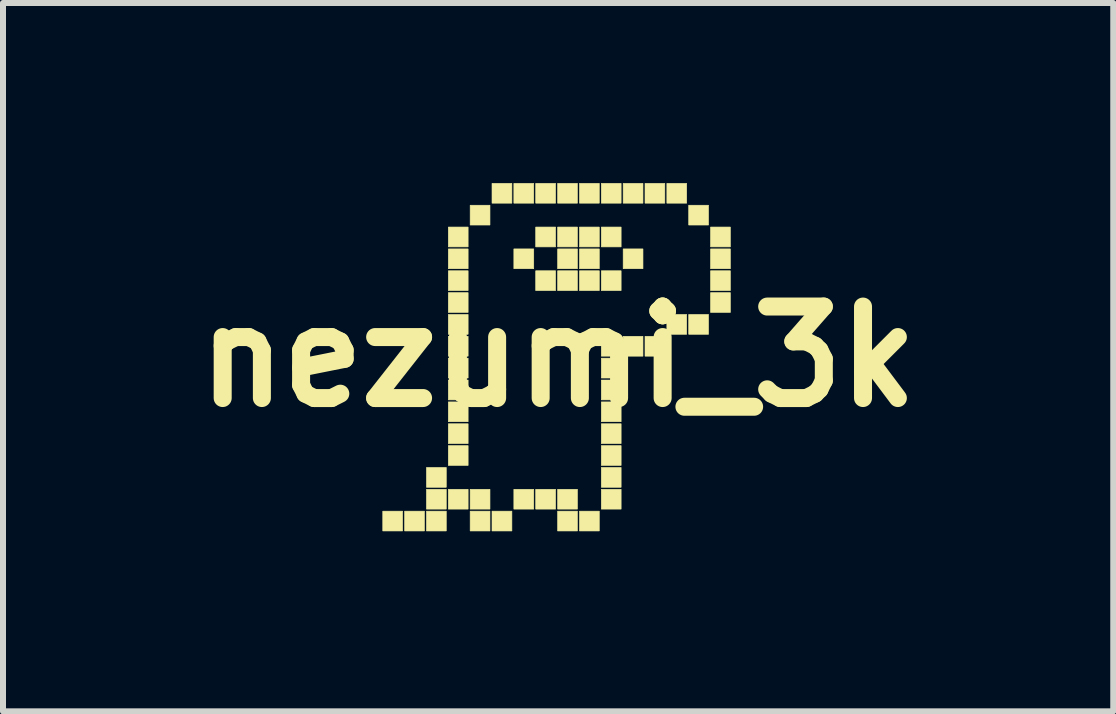
<source format=kicad_pcb>
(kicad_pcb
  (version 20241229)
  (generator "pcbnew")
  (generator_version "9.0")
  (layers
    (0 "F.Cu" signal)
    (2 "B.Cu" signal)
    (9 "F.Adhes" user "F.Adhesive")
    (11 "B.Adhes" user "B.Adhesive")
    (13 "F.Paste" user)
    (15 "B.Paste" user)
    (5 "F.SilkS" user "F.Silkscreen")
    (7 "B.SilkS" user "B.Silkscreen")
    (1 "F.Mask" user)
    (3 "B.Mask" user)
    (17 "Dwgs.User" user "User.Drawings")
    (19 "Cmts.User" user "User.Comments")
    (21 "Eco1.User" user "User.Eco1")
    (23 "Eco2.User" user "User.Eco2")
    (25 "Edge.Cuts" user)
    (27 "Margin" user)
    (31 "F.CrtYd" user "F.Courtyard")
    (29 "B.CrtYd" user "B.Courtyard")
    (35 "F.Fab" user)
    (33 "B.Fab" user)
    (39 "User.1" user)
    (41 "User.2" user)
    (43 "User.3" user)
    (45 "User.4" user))
  (footprint "nezumi_3k"
    (layer "F.Cu")
    (at 6.248 2.892)
    (property "Reference" "nezumi_3k" (at 0 0 0) (layer "F.SilkS") (effects (font (size 1.524 1.524) (thickness 0.3))))
    (attr through_hole)
    (fp_poly (pts (xy -2.591 2.904) (xy -2.921 2.904) (xy -2.921 2.574) (xy -2.591 2.574) (xy -2.591 2.904)) (stroke (width 0.01) (type solid)) (fill yes) (layer "F.SilkS"))
    (fp_poly (pts (xy -2.227 2.904) (xy -2.557 2.904) (xy -2.557 2.574) (xy -2.227 2.574) (xy -2.227 2.904)) (stroke (width 0.01) (type solid)) (fill yes) (layer "F.SilkS"))
    (fp_poly (pts (xy -1.863 2.176) (xy -2.193 2.176) (xy -2.193 1.846) (xy -1.863 1.846) (xy -1.863 2.176)) (stroke (width 0.01) (type solid)) (fill yes) (layer "F.SilkS"))
    (fp_poly (pts (xy -1.863 2.54) (xy -2.193 2.54) (xy -2.193 2.21) (xy -1.863 2.21) (xy -1.863 2.54)) (stroke (width 0.01) (type solid)) (fill yes) (layer "F.SilkS"))
    (fp_poly (pts (xy -1.863 2.904) (xy -2.193 2.904) (xy -2.193 2.574) (xy -1.863 2.574) (xy -1.863 2.904)) (stroke (width 0.01) (type solid)) (fill yes) (layer "F.SilkS"))
    (fp_poly (pts (xy -1.499 -1.829) (xy -1.829 -1.829) (xy -1.829 -2.159) (xy -1.499 -2.159) (xy -1.499 -1.829)) (stroke (width 0.01) (type solid)) (fill yes) (layer "F.SilkS"))
    (fp_poly (pts (xy -1.499 -1.465) (xy -1.829 -1.465) (xy -1.829 -1.795) (xy -1.499 -1.795) (xy -1.499 -1.465)) (stroke (width 0.01) (type solid)) (fill yes) (layer "F.SilkS"))
    (fp_poly (pts (xy -1.499 -1.101) (xy -1.829 -1.101) (xy -1.829 -1.431) (xy -1.499 -1.431) (xy -1.499 -1.101)) (stroke (width 0.01) (type solid)) (fill yes) (layer "F.SilkS"))
    (fp_poly (pts (xy -1.499 -0.737) (xy -1.829 -0.737) (xy -1.829 -1.067) (xy -1.499 -1.067) (xy -1.499 -0.737)) (stroke (width 0.01) (type solid)) (fill yes) (layer "F.SilkS"))
    (fp_poly (pts (xy -1.499 -0.373) (xy -1.829 -0.373) (xy -1.829 -0.703) (xy -1.499 -0.703) (xy -1.499 -0.373)) (stroke (width 0.01) (type solid)) (fill yes) (layer "F.SilkS"))
    (fp_poly (pts (xy -1.499 -0.008) (xy -1.829 -0.008) (xy -1.829 -0.339) (xy -1.499 -0.339) (xy -1.499 -0.008)) (stroke (width 0.01) (type solid)) (fill yes) (layer "F.SilkS"))
    (fp_poly (pts (xy -1.499 0.356) (xy -1.829 0.356) (xy -1.829 0.025) (xy -1.499 0.025) (xy -1.499 0.356)) (stroke (width 0.01) (type solid)) (fill yes) (layer "F.SilkS"))
    (fp_poly (pts (xy -1.499 0.72) (xy -1.829 0.72) (xy -1.829 0.389) (xy -1.499 0.389) (xy -1.499 0.72)) (stroke (width 0.01) (type solid)) (fill yes) (layer "F.SilkS"))
    (fp_poly (pts (xy -1.499 1.084) (xy -1.829 1.084) (xy -1.829 0.754) (xy -1.499 0.754) (xy -1.499 1.084)) (stroke (width 0.01) (type solid)) (fill yes) (layer "F.SilkS"))
    (fp_poly (pts (xy -1.499 1.448) (xy -1.829 1.448) (xy -1.829 1.118) (xy -1.499 1.118) (xy -1.499 1.448)) (stroke (width 0.01) (type solid)) (fill yes) (layer "F.SilkS"))
    (fp_poly (pts (xy -1.499 1.812) (xy -1.829 1.812) (xy -1.829 1.482) (xy -1.499 1.482) (xy -1.499 1.812)) (stroke (width 0.01) (type solid)) (fill yes) (layer "F.SilkS"))
    (fp_poly (pts (xy -1.499 2.54) (xy -1.829 2.54) (xy -1.829 2.21) (xy -1.499 2.21) (xy -1.499 2.54)) (stroke (width 0.01) (type solid)) (fill yes) (layer "F.SilkS"))
    (fp_poly (pts (xy -1.135 -2.193) (xy -1.465 -2.193) (xy -1.465 -2.523) (xy -1.135 -2.523) (xy -1.135 -2.193)) (stroke (width 0.01) (type solid)) (fill yes) (layer "F.SilkS"))
    (fp_poly (pts (xy -1.135 2.54) (xy -1.465 2.54) (xy -1.465 2.21) (xy -1.135 2.21) (xy -1.135 2.54)) (stroke (width 0.01) (type solid)) (fill yes) (layer "F.SilkS"))
    (fp_poly (pts (xy -1.135 2.904) (xy -1.465 2.904) (xy -1.465 2.574) (xy -1.135 2.574) (xy -1.135 2.904)) (stroke (width 0.01) (type solid)) (fill yes) (layer "F.SilkS"))
    (fp_poly (pts (xy -0.77 -2.557) (xy -1.101 -2.557) (xy -1.101 -2.887) (xy -0.77 -2.887) (xy -0.77 -2.557)) (stroke (width 0.01) (type solid)) (fill yes) (layer "F.SilkS"))
    (fp_poly (pts (xy -0.77 2.904) (xy -1.101 2.904) (xy -1.101 2.574) (xy -0.77 2.574) (xy -0.77 2.904)) (stroke (width 0.01) (type solid)) (fill yes) (layer "F.SilkS"))
    (fp_poly (pts (xy -0.406 -2.557) (xy -0.737 -2.557) (xy -0.737 -2.887) (xy -0.406 -2.887) (xy -0.406 -2.557)) (stroke (width 0.01) (type solid)) (fill yes) (layer "F.SilkS"))
    (fp_poly (pts (xy -0.406 -1.465) (xy -0.737 -1.465) (xy -0.737 -1.795) (xy -0.406 -1.795) (xy -0.406 -1.465)) (stroke (width 0.01) (type solid)) (fill yes) (layer "F.SilkS"))
    (fp_poly (pts (xy -0.406 2.54) (xy -0.737 2.54) (xy -0.737 2.21) (xy -0.406 2.21) (xy -0.406 2.54)) (stroke (width 0.01) (type solid)) (fill yes) (layer "F.SilkS"))
    (fp_poly (pts (xy -0.042 -2.557) (xy -0.373 -2.557) (xy -0.373 -2.887) (xy -0.042 -2.887) (xy -0.042 -2.557)) (stroke (width 0.01) (type solid)) (fill yes) (layer "F.SilkS"))
    (fp_poly (pts (xy -0.042 -1.829) (xy -0.373 -1.829) (xy -0.373 -2.159) (xy -0.042 -2.159) (xy -0.042 -1.829)) (stroke (width 0.01) (type solid)) (fill yes) (layer "F.SilkS"))
    (fp_poly (pts (xy -0.042 -1.101) (xy -0.373 -1.101) (xy -0.373 -1.431) (xy -0.042 -1.431) (xy -0.042 -1.101)) (stroke (width 0.01) (type solid)) (fill yes) (layer "F.SilkS"))
    (fp_poly (pts (xy -0.042 2.54) (xy -0.373 2.54) (xy -0.373 2.21) (xy -0.042 2.21) (xy -0.042 2.54)) (stroke (width 0.01) (type solid)) (fill yes) (layer "F.SilkS"))
    (fp_poly (pts (xy 0.322 -2.557) (xy -0.008 -2.557) (xy -0.008 -2.887) (xy 0.322 -2.887) (xy 0.322 -2.557)) (stroke (width 0.01) (type solid)) (fill yes) (layer "F.SilkS"))
    (fp_poly (pts (xy 0.322 -1.829) (xy -0.008 -1.829) (xy -0.008 -2.159) (xy 0.322 -2.159) (xy 0.322 -1.829)) (stroke (width 0.01) (type solid)) (fill yes) (layer "F.SilkS"))
    (fp_poly (pts (xy 0.322 -1.465) (xy -0.008 -1.465) (xy -0.008 -1.795) (xy 0.322 -1.795) (xy 0.322 -1.465)) (stroke (width 0.01) (type solid)) (fill yes) (layer "F.SilkS"))
    (fp_poly (pts (xy 0.322 -1.101) (xy -0.008 -1.101) (xy -0.008 -1.431) (xy 0.322 -1.431) (xy 0.322 -1.101)) (stroke (width 0.01) (type solid)) (fill yes) (layer "F.SilkS"))
    (fp_poly (pts (xy 0.322 2.54) (xy -0.008 2.54) (xy -0.008 2.21) (xy 0.322 2.21) (xy 0.322 2.54)) (stroke (width 0.01) (type solid)) (fill yes) (layer "F.SilkS"))
    (fp_poly (pts (xy 0.322 2.904) (xy -0.008 2.904) (xy -0.008 2.574) (xy 0.322 2.574) (xy 0.322 2.904)) (stroke (width 0.01) (type solid)) (fill yes) (layer "F.SilkS"))
    (fp_poly (pts (xy 0.686 -2.557) (xy 0.356 -2.557) (xy 0.356 -2.887) (xy 0.686 -2.887) (xy 0.686 -2.557)) (stroke (width 0.01) (type solid)) (fill yes) (layer "F.SilkS"))
    (fp_poly (pts (xy 0.686 -1.829) (xy 0.356 -1.829) (xy 0.356 -2.159) (xy 0.686 -2.159) (xy 0.686 -1.829)) (stroke (width 0.01) (type solid)) (fill yes) (layer "F.SilkS"))
    (fp_poly (pts (xy 0.686 -1.465) (xy 0.356 -1.465) (xy 0.356 -1.795) (xy 0.686 -1.795) (xy 0.686 -1.465)) (stroke (width 0.01) (type solid)) (fill yes) (layer "F.SilkS"))
    (fp_poly (pts (xy 0.686 -1.101) (xy 0.356 -1.101) (xy 0.356 -1.431) (xy 0.686 -1.431) (xy 0.686 -1.101)) (stroke (width 0.01) (type solid)) (fill yes) (layer "F.SilkS"))
    (fp_poly (pts (xy 0.686 2.904) (xy 0.356 2.904) (xy 0.356 2.574) (xy 0.686 2.574) (xy 0.686 2.904)) (stroke (width 0.01) (type solid)) (fill yes) (layer "F.SilkS"))
    (fp_poly (pts (xy 1.05 -2.557) (xy 0.72 -2.557) (xy 0.72 -2.887) (xy 1.05 -2.887) (xy 1.05 -2.557)) (stroke (width 0.01) (type solid)) (fill yes) (layer "F.SilkS"))
    (fp_poly (pts (xy 1.05 -1.829) (xy 0.72 -1.829) (xy 0.72 -2.159) (xy 1.05 -2.159) (xy 1.05 -1.829)) (stroke (width 0.01) (type solid)) (fill yes) (layer "F.SilkS"))
    (fp_poly (pts (xy 1.05 -1.101) (xy 0.72 -1.101) (xy 0.72 -1.431) (xy 1.05 -1.431) (xy 1.05 -1.101)) (stroke (width 0.01) (type solid)) (fill yes) (layer "F.SilkS"))
    (fp_poly (pts (xy 1.05 -0.008) (xy 0.72 -0.008) (xy 0.72 -0.339) (xy 1.05 -0.339) (xy 1.05 -0.008)) (stroke (width 0.01) (type solid)) (fill yes) (layer "F.SilkS"))
    (fp_poly (pts (xy 1.05 0.356) (xy 0.72 0.356) (xy 0.72 0.025) (xy 1.05 0.025) (xy 1.05 0.356)) (stroke (width 0.01) (type solid)) (fill yes) (layer "F.SilkS"))
    (fp_poly (pts (xy 1.05 0.72) (xy 0.72 0.72) (xy 0.72 0.389) (xy 1.05 0.389) (xy 1.05 0.72)) (stroke (width 0.01) (type solid)) (fill yes) (layer "F.SilkS"))
    (fp_poly (pts (xy 1.05 1.084) (xy 0.72 1.084) (xy 0.72 0.754) (xy 1.05 0.754) (xy 1.05 1.084)) (stroke (width 0.01) (type solid)) (fill yes) (layer "F.SilkS"))
    (fp_poly (pts (xy 1.05 1.448) (xy 0.72 1.448) (xy 0.72 1.118) (xy 1.05 1.118) (xy 1.05 1.448)) (stroke (width 0.01) (type solid)) (fill yes) (layer "F.SilkS"))
    (fp_poly (pts (xy 1.05 1.812) (xy 0.72 1.812) (xy 0.72 1.482) (xy 1.05 1.482) (xy 1.05 1.812)) (stroke (width 0.01) (type solid)) (fill yes) (layer "F.SilkS"))
    (fp_poly (pts (xy 1.05 2.176) (xy 0.72 2.176) (xy 0.72 1.846) (xy 1.05 1.846) (xy 1.05 2.176)) (stroke (width 0.01) (type solid)) (fill yes) (layer "F.SilkS"))
    (fp_poly (pts (xy 1.05 2.54) (xy 0.72 2.54) (xy 0.72 2.21) (xy 1.05 2.21) (xy 1.05 2.54)) (stroke (width 0.01) (type solid)) (fill yes) (layer "F.SilkS"))
    (fp_poly (pts (xy 1.414 -2.557) (xy 1.084 -2.557) (xy 1.084 -2.887) (xy 1.414 -2.887) (xy 1.414 -2.557)) (stroke (width 0.01) (type solid)) (fill yes) (layer "F.SilkS"))
    (fp_poly (pts (xy 1.414 -1.465) (xy 1.084 -1.465) (xy 1.084 -1.795) (xy 1.414 -1.795) (xy 1.414 -1.465)) (stroke (width 0.01) (type solid)) (fill yes) (layer "F.SilkS"))
    (fp_poly (pts (xy 1.414 -0.008) (xy 1.084 -0.008) (xy 1.084 -0.339) (xy 1.414 -0.339) (xy 1.414 -0.008)) (stroke (width 0.01) (type solid)) (fill yes) (layer "F.SilkS"))
    (fp_poly (pts (xy 1.778 -2.557) (xy 1.448 -2.557) (xy 1.448 -2.887) (xy 1.778 -2.887) (xy 1.778 -2.557)) (stroke (width 0.01) (type solid)) (fill yes) (layer "F.SilkS"))
    (fp_poly (pts (xy 1.778 -0.008) (xy 1.448 -0.008) (xy 1.448 -0.339) (xy 1.778 -0.339) (xy 1.778 -0.008)) (stroke (width 0.01) (type solid)) (fill yes) (layer "F.SilkS"))
    (fp_poly (pts (xy 2.142 -2.557) (xy 1.812 -2.557) (xy 1.812 -2.887) (xy 2.142 -2.887) (xy 2.142 -2.557)) (stroke (width 0.01) (type solid)) (fill yes) (layer "F.SilkS"))
    (fp_poly (pts (xy 2.142 -0.373) (xy 1.812 -0.373) (xy 1.812 -0.703) (xy 2.142 -0.703) (xy 2.142 -0.373)) (stroke (width 0.01) (type solid)) (fill yes) (layer "F.SilkS"))
    (fp_poly (pts (xy 2.506 -2.193) (xy 2.176 -2.193) (xy 2.176 -2.523) (xy 2.506 -2.523) (xy 2.506 -2.193)) (stroke (width 0.01) (type solid)) (fill yes) (layer "F.SilkS"))
    (fp_poly (pts (xy 2.506 -0.373) (xy 2.176 -0.373) (xy 2.176 -0.703) (xy 2.506 -0.703) (xy 2.506 -0.373)) (stroke (width 0.01) (type solid)) (fill yes) (layer "F.SilkS"))
    (fp_poly (pts (xy 2.87 -1.829) (xy 2.54 -1.829) (xy 2.54 -2.159) (xy 2.87 -2.159) (xy 2.87 -1.829)) (stroke (width 0.01) (type solid)) (fill yes) (layer "F.SilkS"))
    (fp_poly (pts (xy 2.87 -1.465) (xy 2.54 -1.465) (xy 2.54 -1.795) (xy 2.87 -1.795) (xy 2.87 -1.465)) (stroke (width 0.01) (type solid)) (fill yes) (layer "F.SilkS"))
    (fp_poly (pts (xy 2.87 -1.101) (xy 2.54 -1.101) (xy 2.54 -1.431) (xy 2.87 -1.431) (xy 2.87 -1.101)) (stroke (width 0.01) (type solid)) (fill yes) (layer "F.SilkS"))
    (fp_poly (pts (xy 2.87 -0.737) (xy 2.54 -0.737) (xy 2.54 -1.067) (xy 2.87 -1.067) (xy 2.87 -0.737)) (stroke (width 0.01) (type solid)) (fill yes) (layer "F.SilkS")))
  (gr_rect
    (start -3 -3)
    (end 15.497 8.801)
    (stroke (width 0.1) (type default))
    (fill no)
    (layer "Edge.Cuts")))
</source>
